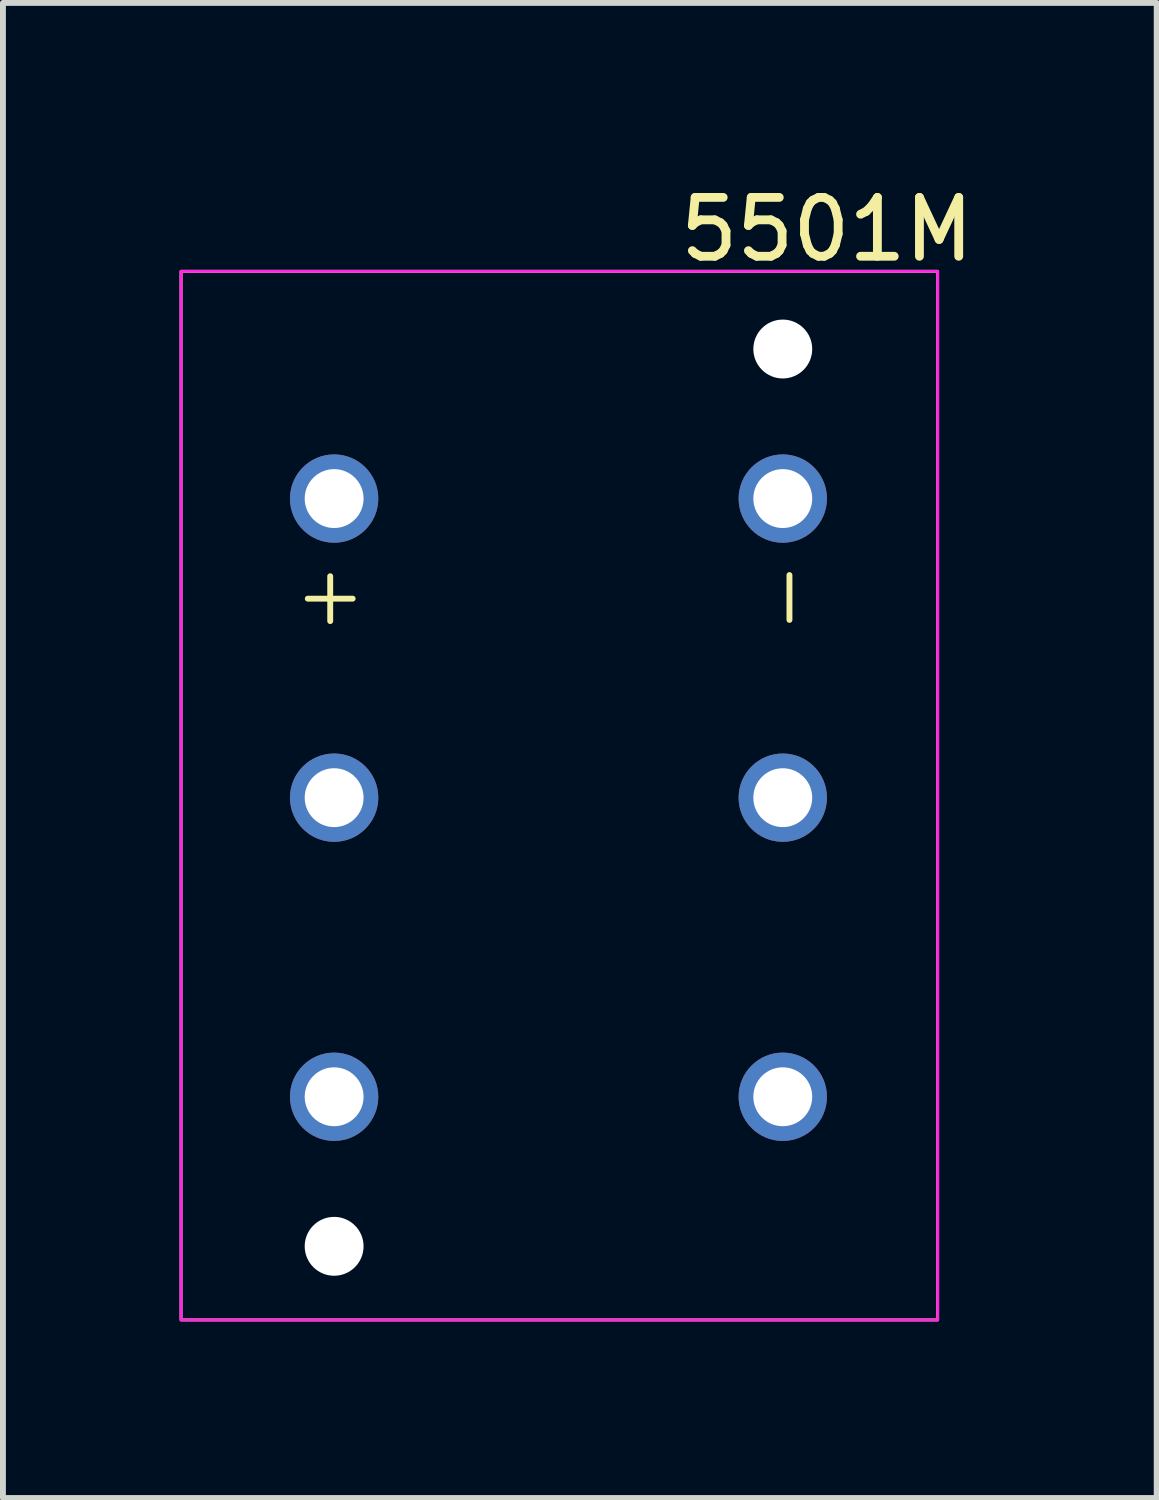
<source format=kicad_pcb>
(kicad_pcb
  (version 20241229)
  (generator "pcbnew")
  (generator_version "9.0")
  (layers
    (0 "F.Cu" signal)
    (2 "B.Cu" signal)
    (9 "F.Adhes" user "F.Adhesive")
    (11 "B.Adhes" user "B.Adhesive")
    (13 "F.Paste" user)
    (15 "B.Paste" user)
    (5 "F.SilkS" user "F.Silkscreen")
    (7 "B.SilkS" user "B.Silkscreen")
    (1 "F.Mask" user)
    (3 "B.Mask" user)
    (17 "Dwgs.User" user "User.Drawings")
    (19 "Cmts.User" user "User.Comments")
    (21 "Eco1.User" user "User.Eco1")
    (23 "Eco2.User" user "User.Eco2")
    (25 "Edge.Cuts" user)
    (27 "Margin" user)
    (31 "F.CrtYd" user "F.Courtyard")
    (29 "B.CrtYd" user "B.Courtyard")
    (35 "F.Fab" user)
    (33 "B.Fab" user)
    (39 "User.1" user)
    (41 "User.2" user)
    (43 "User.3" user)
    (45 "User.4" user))
  (footprint "5501M"
    (layer "F.Cu")
    (at 6.45 10.463)
    (property "Reference" "5501M" (at 4.545 -9.615 180) (layer "F.SilkS") (effects (font (size 1 1) (thickness 0.15))))
    (attr board_only exclude_from_pos_files exclude_from_bom)
    (fp_rect (start -6.425 8.905) (end 6.425 -8.905) (stroke (width 0.05) (type default)) (fill no) (layer "F.SilkS"))
    (fp_rect (start -6.425 8.905) (end 6.425 -8.905) (stroke (width 0.05) (type default)) (fill no) (layer "F.CrtYd"))
    (fp_text user "+" (at -4.4 -4.03 270) (unlocked yes) (layer "F.SilkS") (effects (font (size 1 1) (thickness 0.1)) (justify left bottom)))
    (fp_text user "-" (at 3.4 -4.05 270) (unlocked yes) (layer "F.SilkS") (effects (font (size 1 1) (thickness 0.1)) (justify left bottom)))
    (pad "" np_thru_hole circle (at -3.825 7.655 270) (size 1 1) (drill 1) (layers "*.Cu" "*.Mask"))
    (pad "" np_thru_hole circle (at 3.795 -7.585 270) (size 1 1) (drill 1) (layers "*.Cu" "*.Mask"))
    (pad "+" thru_hole circle (at -3.825 -5.045 270) (size 1.5 1.5) (drill 1) (layers "*.Cu" "*.Mask"))
    (pad "-" thru_hole circle (at 3.795 -5.045 270) (size 1.5 1.5) (drill 1) (layers "*.Cu" "*.Mask"))
    (pad "1" thru_hole circle (at -3.825 0.035 270) (size 1.5 1.5) (drill 1) (layers "*.Cu" "*.Mask"))
    (pad "1" thru_hole circle (at 3.795 0.035 270) (size 1.5 1.5) (drill 1) (layers "*.Cu" "*.Mask"))
    (pad "2" thru_hole circle (at 3.795 5.115 270) (size 1.5 1.5) (drill 1) (layers "*.Cu" "*.Mask"))
    (pad "3" thru_hole circle (at -3.825 5.115 270) (size 1.5 1.5) (drill 1) (layers "*.Cu" "*.Mask")))
  (gr_rect
    (start -3 -3)
    (end 16.596 22.393)
    (stroke (width 0.1) (type default))
    (fill no)
    (layer "Edge.Cuts")))
</source>
